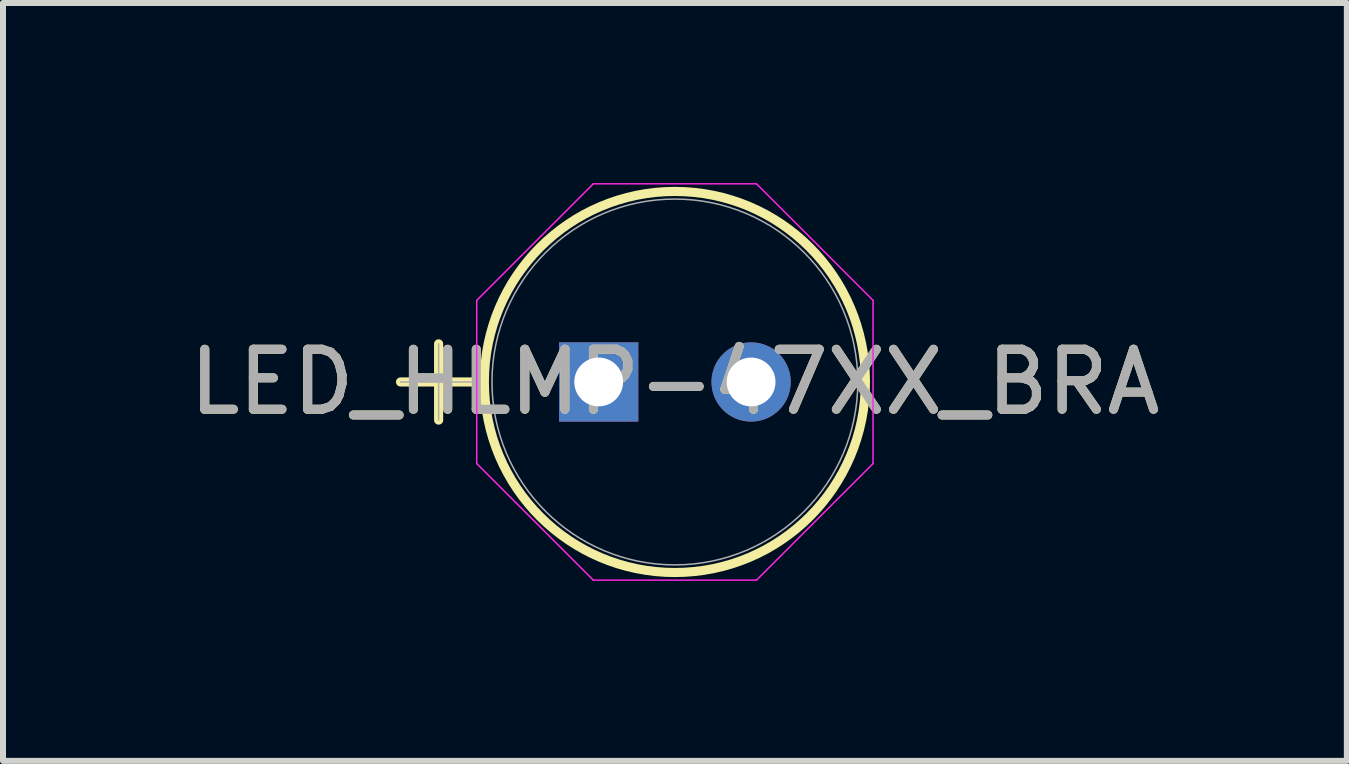
<source format=kicad_pcb>
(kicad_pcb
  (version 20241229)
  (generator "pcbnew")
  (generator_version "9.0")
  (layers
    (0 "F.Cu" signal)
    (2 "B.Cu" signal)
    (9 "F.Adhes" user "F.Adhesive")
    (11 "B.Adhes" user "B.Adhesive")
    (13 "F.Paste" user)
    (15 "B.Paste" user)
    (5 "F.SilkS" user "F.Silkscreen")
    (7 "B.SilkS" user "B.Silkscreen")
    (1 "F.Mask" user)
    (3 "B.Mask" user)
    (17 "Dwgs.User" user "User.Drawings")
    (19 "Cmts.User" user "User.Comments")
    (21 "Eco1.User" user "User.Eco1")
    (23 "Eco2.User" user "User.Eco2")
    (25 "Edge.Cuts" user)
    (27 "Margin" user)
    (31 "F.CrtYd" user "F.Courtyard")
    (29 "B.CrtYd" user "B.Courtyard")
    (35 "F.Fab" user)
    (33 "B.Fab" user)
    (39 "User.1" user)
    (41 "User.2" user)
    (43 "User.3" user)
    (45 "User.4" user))
  (footprint "LED_HLMP-47XX_BRA"
    (layer "F.Cu")
    (at 6.926 3.315)
    (property "Reference" "LED_HLMP-47XX_BRA" (at 1.27 0 0) (unlocked yes) (layer "F.SilkS") (effects (font (size 1 1) (thickness 0.15))))
    (attr through_hole)
    (fp_line (start -3.302 0) (end -2.032 0) (stroke (width 0.152) (type solid)) (layer "F.SilkS"))
    (fp_line (start -2.667 -0.635) (end -2.667 0.635) (stroke (width 0.152) (type solid)) (layer "F.SilkS"))
    (fp_circle (center 1.27 0) (end 4.445 0) (stroke (width 0.152) (type solid)) (fill no) (layer "F.SilkS"))
    (fp_line (start -2.032 -1.36) (end -0.09 -3.302) (stroke (width 0.025) (type solid)) (layer "F.CrtYd"))
    (fp_line (start -2.032 1.36) (end -2.032 -1.36) (stroke (width 0.025) (type solid)) (layer "F.CrtYd"))
    (fp_line (start -0.09 -3.302) (end 2.63 -3.302) (stroke (width 0.025) (type solid)) (layer "F.CrtYd"))
    (fp_line (start -0.09 3.302) (end -2.032 1.36) (stroke (width 0.025) (type solid)) (layer "F.CrtYd"))
    (fp_line (start 2.63 -3.302) (end 4.572 -1.36) (stroke (width 0.025) (type solid)) (layer "F.CrtYd"))
    (fp_line (start 2.63 3.302) (end -0.09 3.302) (stroke (width 0.025) (type solid)) (layer "F.CrtYd"))
    (fp_line (start 4.572 -1.36) (end 4.572 1.36) (stroke (width 0.025) (type solid)) (layer "F.CrtYd"))
    (fp_line (start 4.572 1.36) (end 2.63 3.302) (stroke (width 0.025) (type solid)) (layer "F.CrtYd"))
    (fp_line (start -3.302 0) (end -2.032 0) (stroke (width 0.025) (type solid)) (layer "F.Fab"))
    (fp_line (start -2.667 -0.635) (end -2.667 0.635) (stroke (width 0.025) (type solid)) (layer "F.Fab"))
    (fp_circle (center 1.27 0) (end 4.318 0) (stroke (width 0.025) (type solid)) (fill no) (layer "F.Fab"))
    (fp_text user "${REFERENCE}" (at 1.27 0 0) (unlocked yes) (layer "F.Fab") (effects (font (size 1 1) (thickness 0.15))))
    (pad "1" thru_hole rect (at 0 0) (size 1.321 1.321) (drill 0.813) (layers "*.Cu" "*.Mask"))
    (pad "2" thru_hole circle (at 2.54 0) (size 1.321 1.321) (drill 0.813) (layers "*.Cu" "*.Mask")))
  (gr_rect
    (start -3 -3)
    (end 19.393 9.629)
    (stroke (width 0.1) (type default))
    (fill no)
    (layer "Edge.Cuts")))
</source>
